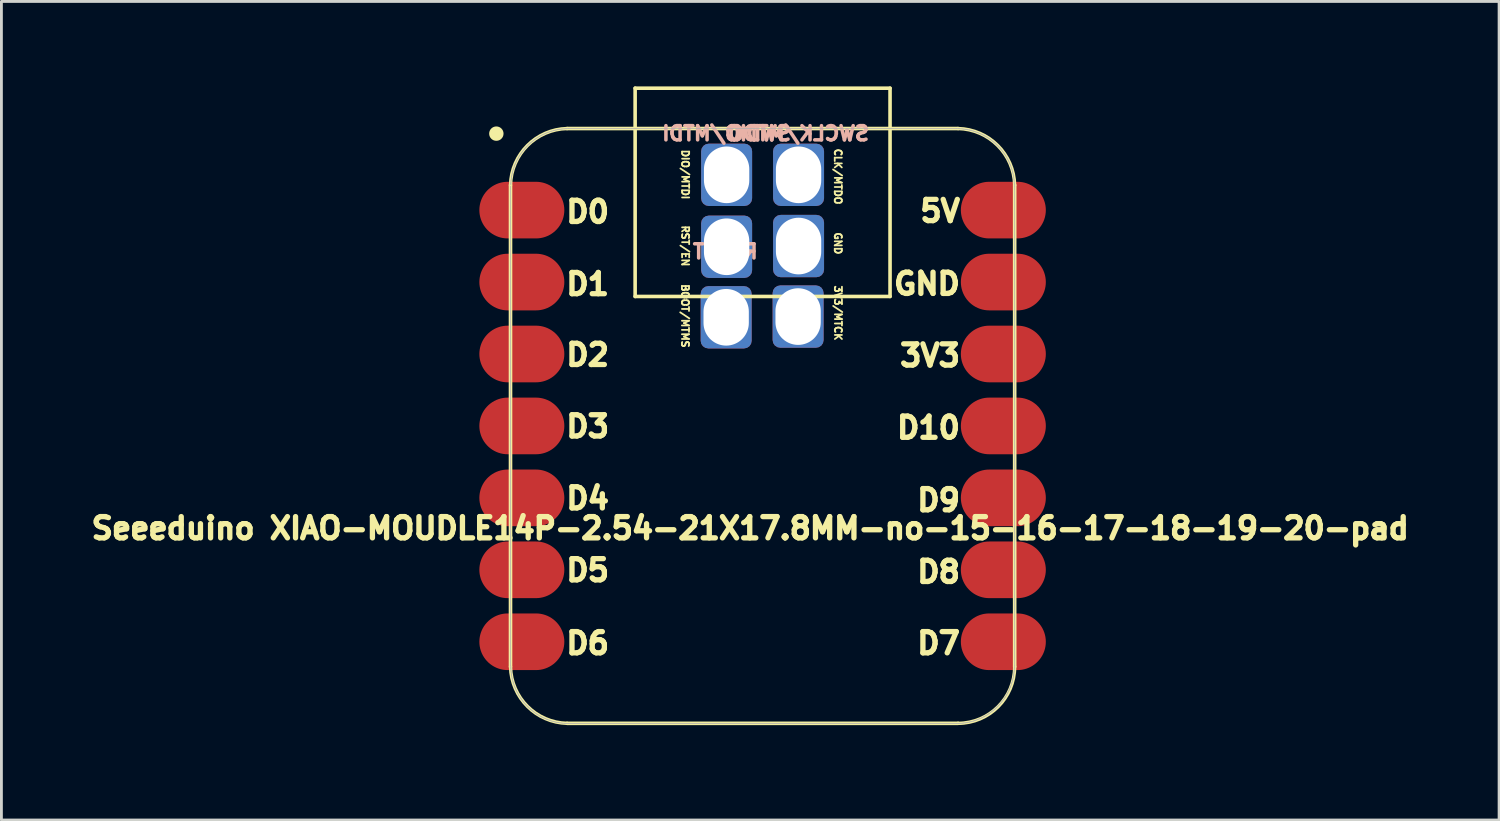
<source format=kicad_pcb>
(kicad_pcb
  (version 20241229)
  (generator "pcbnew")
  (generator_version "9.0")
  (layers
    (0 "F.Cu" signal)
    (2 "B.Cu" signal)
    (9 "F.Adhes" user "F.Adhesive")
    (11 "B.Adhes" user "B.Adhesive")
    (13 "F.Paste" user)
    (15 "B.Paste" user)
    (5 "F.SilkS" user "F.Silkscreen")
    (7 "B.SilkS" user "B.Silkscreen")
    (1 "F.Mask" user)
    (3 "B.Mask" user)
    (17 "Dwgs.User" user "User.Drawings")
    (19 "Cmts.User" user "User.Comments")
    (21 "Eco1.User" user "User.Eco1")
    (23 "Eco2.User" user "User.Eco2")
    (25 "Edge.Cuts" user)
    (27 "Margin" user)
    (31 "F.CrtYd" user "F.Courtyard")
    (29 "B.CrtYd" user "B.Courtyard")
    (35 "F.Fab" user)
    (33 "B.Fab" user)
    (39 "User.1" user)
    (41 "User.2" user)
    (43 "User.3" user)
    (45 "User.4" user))
  (footprint "Seeeduino XIAO-MOUDLE14P-2.54-21X17.8MM-no-15-16-17-18-19-20-pad"
    (layer "F.Cu")
    (at 14.788 22.652)
    (property "Reference" "Seeeduino XIAO-MOUDLE14P-2.54-21X17.8MM-no-15-16-17-18-19-20-pad" (at 8.65 -7.05 0) (layer "F.SilkS") (effects (font (size 0.75 0.75) (thickness 0.188))))
    (attr smd exclude_from_bom)
    (fp_line (start 0.186 -19.164) (end 0.186 -2.164) (stroke (width 0.127) (type solid)) (layer "F.SilkS"))
    (fp_line (start 2.186 -0.164) (end 15.986 -0.164) (stroke (width 0.127) (type solid)) (layer "F.SilkS"))
    (fp_line (start 4.586 -22.588) (end 13.586 -22.588) (stroke (width 0.127) (type solid)) (layer "F.SilkS"))
    (fp_line (start 4.586 -15.235) (end 4.586 -22.588) (stroke (width 0.127) (type solid)) (layer "F.SilkS"))
    (fp_line (start 13.586 -22.588) (end 13.586 -15.235) (stroke (width 0.127) (type solid)) (layer "F.SilkS"))
    (fp_line (start 13.586 -15.235) (end 4.586 -15.235) (stroke (width 0.127) (type solid)) (layer "F.SilkS"))
    (fp_line (start 15.986 -21.163) (end 2.186 -21.163) (stroke (width 0.127) (type solid)) (layer "F.SilkS"))
    (fp_line (start 17.986 -2.164) (end 17.986 -19.164) (stroke (width 0.127) (type solid)) (layer "F.SilkS"))
    (fp_arc (start 0.185786 -19.164214) (mid 0.784295 -20.565705) (end 2.185786 -21.164214) (stroke (width 0.12) (type solid)) (layer "F.SilkS"))
    (fp_arc (start 2.185786 -0.164214) (mid 0.784363 -0.762791) (end 0.185786 -2.164214) (stroke (width 0.12) (type solid)) (layer "F.SilkS"))
    (fp_arc (start 15.985786 -21.164214) (mid 17.38727 -20.565698) (end 17.985786 -19.164214) (stroke (width 0.12) (type solid)) (layer "F.SilkS"))
    (fp_arc (start 17.985786 -2.164214) (mid 17.400004 -0.749996) (end 15.985786 -0.164214) (stroke (width 0.12) (type solid)) (layer "F.SilkS"))
    (fp_circle (center -0.314 -20.984) (end -0.314 -21.238) (stroke (width 0) (type solid)) (fill yes) (layer "F.SilkS"))
    (fp_poly (pts (xy 0.198 -19.226) (xy 0.201 -19.275) (xy 0.205 -19.324)) (stroke (width 0.025) (type solid)) (fill no) (layer "F.SilkS"))
    (fp_poly (pts (xy 17.975 -2.143) (xy 17.973 -2.093) (xy 17.97 -2.045) (xy 17.966 -1.996) (xy 17.961 -1.947) (xy 17.954 -1.898) (xy 17.947 -1.85) (xy 17.938 -1.801) (xy 17.928 -1.753)) (stroke (width 0.025) (type solid)) (fill no) (layer "F.SilkS"))
    (fp_line (start 0.186 -19.128) (end 0.186 -2.192) (stroke (width 0.025) (type solid)) (layer "F.Fab"))
    (fp_line (start 0.196 -2.192) (end 0.196 -2.143) (stroke (width 0.025) (type solid)) (layer "F.Fab"))
    (fp_line (start 0.196 -2.143) (end 0.198 -2.093) (stroke (width 0.025) (type solid)) (layer "F.Fab"))
    (fp_line (start 0.198 -19.226) (end 0.196 -19.177) (stroke (width 0.025) (type solid)) (layer "F.Fab"))
    (fp_line (start 0.198 -2.093) (end 0.201 -2.045) (stroke (width 0.025) (type solid)) (layer "F.Fab"))
    (fp_line (start 0.201 -19.275) (end 0.198 -19.226) (stroke (width 0.025) (type solid)) (layer "F.Fab"))
    (fp_line (start 0.201 -2.045) (end 0.205 -1.996) (stroke (width 0.025) (type solid)) (layer "F.Fab"))
    (fp_line (start 0.205 -19.324) (end 0.201 -19.275) (stroke (width 0.025) (type solid)) (layer "F.Fab"))
    (fp_line (start 0.205 -1.996) (end 0.211 -1.947) (stroke (width 0.025) (type solid)) (layer "F.Fab"))
    (fp_line (start 0.211 -19.372) (end 0.205 -19.324) (stroke (width 0.025) (type solid)) (layer "F.Fab"))
    (fp_line (start 0.211 -1.947) (end 0.217 -1.898) (stroke (width 0.025) (type solid)) (layer "F.Fab"))
    (fp_line (start 0.217 -19.421) (end 0.211 -19.372) (stroke (width 0.025) (type solid)) (layer "F.Fab"))
    (fp_line (start 0.217 -1.898) (end 0.225 -1.85) (stroke (width 0.025) (type solid)) (layer "F.Fab"))
    (fp_line (start 0.225 -19.47) (end 0.217 -19.421) (stroke (width 0.025) (type solid)) (layer "F.Fab"))
    (fp_line (start 0.225 -1.85) (end 0.234 -1.801) (stroke (width 0.025) (type solid)) (layer "F.Fab"))
    (fp_line (start 0.234 -19.518) (end 0.225 -19.47) (stroke (width 0.025) (type solid)) (layer "F.Fab"))
    (fp_line (start 0.234 -1.801) (end 0.244 -1.753) (stroke (width 0.025) (type solid)) (layer "F.Fab"))
    (fp_line (start 0.244 -19.566) (end 0.234 -19.518) (stroke (width 0.025) (type solid)) (layer "F.Fab"))
    (fp_line (start 0.244 -1.753) (end 0.255 -1.705) (stroke (width 0.025) (type solid)) (layer "F.Fab"))
    (fp_line (start 0.255 -19.614) (end 0.244 -19.566) (stroke (width 0.025) (type solid)) (layer "F.Fab"))
    (fp_line (start 0.255 -1.705) (end 0.267 -1.658) (stroke (width 0.025) (type solid)) (layer "F.Fab"))
    (fp_line (start 0.267 -19.662) (end 0.255 -19.614) (stroke (width 0.025) (type solid)) (layer "F.Fab"))
    (fp_line (start 0.267 -1.658) (end 0.281 -1.611) (stroke (width 0.025) (type solid)) (layer "F.Fab"))
    (fp_line (start 0.281 -19.709) (end 0.267 -19.662) (stroke (width 0.025) (type solid)) (layer "F.Fab"))
    (fp_line (start 0.281 -1.611) (end 0.295 -1.564) (stroke (width 0.025) (type solid)) (layer "F.Fab"))
    (fp_line (start 0.295 -19.756) (end 0.281 -19.709) (stroke (width 0.025) (type solid)) (layer "F.Fab"))
    (fp_line (start 0.295 -1.564) (end 0.311 -1.517) (stroke (width 0.025) (type solid)) (layer "F.Fab"))
    (fp_line (start 0.311 -19.802) (end 0.295 -19.756) (stroke (width 0.025) (type solid)) (layer "F.Fab"))
    (fp_line (start 0.311 -1.517) (end 0.328 -1.471) (stroke (width 0.025) (type solid)) (layer "F.Fab"))
    (fp_line (start 0.328 -19.848) (end 0.311 -19.802) (stroke (width 0.025) (type solid)) (layer "F.Fab"))
    (fp_line (start 0.328 -1.471) (end 0.346 -1.425) (stroke (width 0.025) (type solid)) (layer "F.Fab"))
    (fp_line (start 0.346 -19.894) (end 0.328 -19.848) (stroke (width 0.025) (type solid)) (layer "F.Fab"))
    (fp_line (start 0.346 -1.425) (end 0.365 -1.38) (stroke (width 0.025) (type solid)) (layer "F.Fab"))
    (fp_line (start 0.365 -19.939) (end 0.346 -19.894) (stroke (width 0.025) (type solid)) (layer "F.Fab"))
    (fp_line (start 0.365 -1.38) (end 0.385 -1.335) (stroke (width 0.025) (type solid)) (layer "F.Fab"))
    (fp_line (start 0.385 -19.984) (end 0.365 -19.939) (stroke (width 0.025) (type solid)) (layer "F.Fab"))
    (fp_line (start 0.385 -1.335) (end 0.406 -1.291) (stroke (width 0.025) (type solid)) (layer "F.Fab"))
    (fp_line (start 0.406 -20.028) (end 0.385 -19.984) (stroke (width 0.025) (type solid)) (layer "F.Fab"))
    (fp_line (start 0.406 -1.291) (end 0.428 -1.247) (stroke (width 0.025) (type solid)) (layer "F.Fab"))
    (fp_line (start 0.428 -20.072) (end 0.406 -20.028) (stroke (width 0.025) (type solid)) (layer "F.Fab"))
    (fp_line (start 0.428 -1.247) (end 0.452 -1.204) (stroke (width 0.025) (type solid)) (layer "F.Fab"))
    (fp_line (start 0.452 -20.115) (end 0.428 -20.072) (stroke (width 0.025) (type solid)) (layer "F.Fab"))
    (fp_line (start 0.452 -1.204) (end 0.476 -1.161) (stroke (width 0.025) (type solid)) (layer "F.Fab"))
    (fp_line (start 0.476 -20.158) (end 0.452 -20.115) (stroke (width 0.025) (type solid)) (layer "F.Fab"))
    (fp_line (start 0.476 -1.161) (end 0.502 -1.12) (stroke (width 0.025) (type solid)) (layer "F.Fab"))
    (fp_line (start 0.502 -20.2) (end 0.476 -20.158) (stroke (width 0.025) (type solid)) (layer "F.Fab"))
    (fp_line (start 0.502 -1.12) (end 0.528 -1.078) (stroke (width 0.025) (type solid)) (layer "F.Fab"))
    (fp_line (start 0.528 -20.241) (end 0.502 -20.2) (stroke (width 0.025) (type solid)) (layer "F.Fab"))
    (fp_line (start 0.528 -1.078) (end 0.555 -1.037) (stroke (width 0.025) (type solid)) (layer "F.Fab"))
    (fp_line (start 0.555 -20.282) (end 0.528 -20.241) (stroke (width 0.025) (type solid)) (layer "F.Fab"))
    (fp_line (start 0.555 -1.037) (end 0.584 -0.997) (stroke (width 0.025) (type solid)) (layer "F.Fab"))
    (fp_line (start 0.584 -20.322) (end 0.555 -20.282) (stroke (width 0.025) (type solid)) (layer "F.Fab"))
    (fp_line (start 0.584 -0.997) (end 0.613 -0.958) (stroke (width 0.025) (type solid)) (layer "F.Fab"))
    (fp_line (start 0.613 -20.361) (end 0.584 -20.322) (stroke (width 0.025) (type solid)) (layer "F.Fab"))
    (fp_line (start 0.613 -0.958) (end 0.644 -0.919) (stroke (width 0.025) (type solid)) (layer "F.Fab"))
    (fp_line (start 0.644 -20.4) (end 0.613 -20.361) (stroke (width 0.025) (type solid)) (layer "F.Fab"))
    (fp_line (start 0.644 -0.919) (end 0.675 -0.881) (stroke (width 0.025) (type solid)) (layer "F.Fab"))
    (fp_line (start 0.675 -20.438) (end 0.644 -20.4) (stroke (width 0.025) (type solid)) (layer "F.Fab"))
    (fp_line (start 0.675 -0.881) (end 0.707 -0.844) (stroke (width 0.025) (type solid)) (layer "F.Fab"))
    (fp_line (start 0.707 -20.475) (end 0.675 -20.438) (stroke (width 0.025) (type solid)) (layer "F.Fab"))
    (fp_line (start 0.707 -0.844) (end 0.74 -0.808) (stroke (width 0.025) (type solid)) (layer "F.Fab"))
    (fp_line (start 0.74 -20.511) (end 0.707 -20.475) (stroke (width 0.025) (type solid)) (layer "F.Fab"))
    (fp_line (start 0.74 -0.808) (end 0.774 -0.772) (stroke (width 0.025) (type solid)) (layer "F.Fab"))
    (fp_line (start 0.774 -20.547) (end 0.74 -20.511) (stroke (width 0.025) (type solid)) (layer "F.Fab"))
    (fp_line (start 0.774 -0.772) (end 0.808 -0.738) (stroke (width 0.025) (type solid)) (layer "F.Fab"))
    (fp_line (start 0.808 -20.582) (end 0.774 -20.547) (stroke (width 0.025) (type solid)) (layer "F.Fab"))
    (fp_line (start 0.808 -0.738) (end 0.844 -0.704) (stroke (width 0.025) (type solid)) (layer "F.Fab"))
    (fp_line (start 0.844 -20.616) (end 0.808 -20.582) (stroke (width 0.025) (type solid)) (layer "F.Fab"))
    (fp_line (start 0.844 -0.704) (end 0.88 -0.671) (stroke (width 0.025) (type solid)) (layer "F.Fab"))
    (fp_line (start 0.88 -20.649) (end 0.844 -20.616) (stroke (width 0.025) (type solid)) (layer "F.Fab"))
    (fp_line (start 0.88 -0.671) (end 0.917 -0.638) (stroke (width 0.025) (type solid)) (layer "F.Fab"))
    (fp_line (start 0.917 -20.681) (end 0.88 -20.649) (stroke (width 0.025) (type solid)) (layer "F.Fab"))
    (fp_line (start 0.917 -0.638) (end 0.955 -0.607) (stroke (width 0.025) (type solid)) (layer "F.Fab"))
    (fp_line (start 0.955 -20.712) (end 0.917 -20.681) (stroke (width 0.025) (type solid)) (layer "F.Fab"))
    (fp_line (start 0.955 -0.607) (end 0.994 -0.577) (stroke (width 0.025) (type solid)) (layer "F.Fab"))
    (fp_line (start 0.994 -20.742) (end 0.955 -20.712) (stroke (width 0.025) (type solid)) (layer "F.Fab"))
    (fp_line (start 0.994 -0.577) (end 1.033 -0.548) (stroke (width 0.025) (type solid)) (layer "F.Fab"))
    (fp_line (start 1.033 -20.772) (end 0.994 -20.742) (stroke (width 0.025) (type solid)) (layer "F.Fab"))
    (fp_line (start 1.033 -0.548) (end 1.073 -0.519) (stroke (width 0.025) (type solid)) (layer "F.Fab"))
    (fp_line (start 1.073 -20.8) (end 1.033 -20.772) (stroke (width 0.025) (type solid)) (layer "F.Fab"))
    (fp_line (start 1.073 -0.519) (end 1.114 -0.492) (stroke (width 0.025) (type solid)) (layer "F.Fab"))
    (fp_line (start 1.114 -20.827) (end 1.073 -20.8) (stroke (width 0.025) (type solid)) (layer "F.Fab"))
    (fp_line (start 1.114 -0.492) (end 1.156 -0.465) (stroke (width 0.025) (type solid)) (layer "F.Fab"))
    (fp_line (start 1.156 -20.854) (end 1.114 -20.827) (stroke (width 0.025) (type solid)) (layer "F.Fab"))
    (fp_line (start 1.156 -0.465) (end 1.198 -0.44) (stroke (width 0.025) (type solid)) (layer "F.Fab"))
    (fp_line (start 1.198 -20.879) (end 1.156 -20.854) (stroke (width 0.025) (type solid)) (layer "F.Fab"))
    (fp_line (start 1.198 -0.44) (end 1.24 -0.416) (stroke (width 0.025) (type solid)) (layer "F.Fab"))
    (fp_line (start 1.24 -20.904) (end 1.198 -20.879) (stroke (width 0.025) (type solid)) (layer "F.Fab"))
    (fp_line (start 1.24 -0.416) (end 1.283 -0.392) (stroke (width 0.025) (type solid)) (layer "F.Fab"))
    (fp_line (start 1.283 -20.927) (end 1.24 -20.904) (stroke (width 0.025) (type solid)) (layer "F.Fab"))
    (fp_line (start 1.283 -0.392) (end 1.327 -0.37) (stroke (width 0.025) (type solid)) (layer "F.Fab"))
    (fp_line (start 1.327 -20.949) (end 1.283 -20.927) (stroke (width 0.025) (type solid)) (layer "F.Fab"))
    (fp_line (start 1.327 -0.37) (end 1.372 -0.349) (stroke (width 0.025) (type solid)) (layer "F.Fab"))
    (fp_line (start 1.372 -20.97) (end 1.327 -20.949) (stroke (width 0.025) (type solid)) (layer "F.Fab"))
    (fp_line (start 1.372 -0.349) (end 1.416 -0.329) (stroke (width 0.025) (type solid)) (layer "F.Fab"))
    (fp_line (start 1.416 -20.99) (end 1.372 -20.97) (stroke (width 0.025) (type solid)) (layer "F.Fab"))
    (fp_line (start 1.416 -0.329) (end 1.461 -0.31) (stroke (width 0.025) (type solid)) (layer "F.Fab"))
    (fp_line (start 1.461 -21.01) (end 1.416 -20.99) (stroke (width 0.025) (type solid)) (layer "F.Fab"))
    (fp_line (start 1.461 -0.31) (end 1.507 -0.292) (stroke (width 0.025) (type solid)) (layer "F.Fab"))
    (fp_line (start 1.507 -21.028) (end 1.461 -21.01) (stroke (width 0.025) (type solid)) (layer "F.Fab"))
    (fp_line (start 1.507 -0.292) (end 1.553 -0.275) (stroke (width 0.025) (type solid)) (layer "F.Fab"))
    (fp_line (start 1.553 -21.044) (end 1.507 -21.028) (stroke (width 0.025) (type solid)) (layer "F.Fab"))
    (fp_line (start 1.553 -0.275) (end 1.6 -0.259) (stroke (width 0.025) (type solid)) (layer "F.Fab"))
    (fp_line (start 1.6 -21.06) (end 1.553 -21.044) (stroke (width 0.025) (type solid)) (layer "F.Fab"))
    (fp_line (start 1.6 -0.259) (end 1.647 -0.244) (stroke (width 0.025) (type solid)) (layer "F.Fab"))
    (fp_line (start 1.647 -21.075) (end 1.6 -21.06) (stroke (width 0.025) (type solid)) (layer "F.Fab"))
    (fp_line (start 1.647 -0.244) (end 1.694 -0.231) (stroke (width 0.025) (type solid)) (layer "F.Fab"))
    (fp_line (start 1.694 -21.088) (end 1.647 -21.075) (stroke (width 0.025) (type solid)) (layer "F.Fab"))
    (fp_line (start 1.694 -0.231) (end 1.741 -0.219) (stroke (width 0.025) (type solid)) (layer "F.Fab"))
    (fp_line (start 1.741 -21.101) (end 1.694 -21.088) (stroke (width 0.025) (type solid)) (layer "F.Fab"))
    (fp_line (start 1.741 -0.219) (end 1.789 -0.207) (stroke (width 0.025) (type solid)) (layer "F.Fab"))
    (fp_line (start 1.789 -21.112) (end 1.741 -21.101) (stroke (width 0.025) (type solid)) (layer "F.Fab"))
    (fp_line (start 1.789 -0.207) (end 1.837 -0.198) (stroke (width 0.025) (type solid)) (layer "F.Fab"))
    (fp_line (start 1.837 -21.122) (end 1.789 -21.112) (stroke (width 0.025) (type solid)) (layer "F.Fab"))
    (fp_line (start 1.837 -0.198) (end 1.886 -0.189) (stroke (width 0.025) (type solid)) (layer "F.Fab"))
    (fp_line (start 1.886 -21.131) (end 1.837 -21.122) (stroke (width 0.025) (type solid)) (layer "F.Fab"))
    (fp_line (start 1.886 -0.189) (end 1.934 -0.181) (stroke (width 0.025) (type solid)) (layer "F.Fab"))
    (fp_line (start 1.934 -21.138) (end 1.886 -21.131) (stroke (width 0.025) (type solid)) (layer "F.Fab"))
    (fp_line (start 1.934 -0.181) (end 1.983 -0.174) (stroke (width 0.025) (type solid)) (layer "F.Fab"))
    (fp_line (start 1.983 -21.145) (end 1.934 -21.138) (stroke (width 0.025) (type solid)) (layer "F.Fab"))
    (fp_line (start 1.983 -0.174) (end 2.032 -0.169) (stroke (width 0.025) (type solid)) (layer "F.Fab"))
    (fp_line (start 2.032 -21.15) (end 1.983 -21.145) (stroke (width 0.025) (type solid)) (layer "F.Fab"))
    (fp_line (start 2.032 -0.169) (end 2.081 -0.165) (stroke (width 0.025) (type solid)) (layer "F.Fab"))
    (fp_line (start 2.081 -21.154) (end 2.032 -21.15) (stroke (width 0.025) (type solid)) (layer "F.Fab"))
    (fp_line (start 2.081 -0.165) (end 2.129 -0.162) (stroke (width 0.025) (type solid)) (layer "F.Fab"))
    (fp_line (start 2.129 -21.157) (end 2.081 -21.154) (stroke (width 0.025) (type solid)) (layer "F.Fab"))
    (fp_line (start 2.129 -0.162) (end 2.179 -0.16) (stroke (width 0.025) (type solid)) (layer "F.Fab"))
    (fp_line (start 2.179 -21.159) (end 2.129 -21.157) (stroke (width 0.025) (type solid)) (layer "F.Fab"))
    (fp_line (start 2.179 -0.16) (end 2.228 -0.16) (stroke (width 0.025) (type solid)) (layer "F.Fab"))
    (fp_line (start 2.228 -21.16) (end 2.179 -21.159) (stroke (width 0.025) (type solid)) (layer "F.Fab"))
    (fp_line (start 2.228 -0.16) (end 15.944 -0.16) (stroke (width 0.025) (type solid)) (layer "F.Fab"))
    (fp_line (start 15.944 -21.16) (end 2.228 -21.16) (stroke (width 0.025) (type solid)) (layer "F.Fab"))
    (fp_line (start 15.944 -0.16) (end 15.993 -0.16) (stroke (width 0.025) (type solid)) (layer "F.Fab"))
    (fp_line (start 15.993 -21.159) (end 15.944 -21.16) (stroke (width 0.025) (type solid)) (layer "F.Fab"))
    (fp_line (start 15.993 -0.16) (end 16.042 -0.162) (stroke (width 0.025) (type solid)) (layer "F.Fab"))
    (fp_line (start 16.042 -21.157) (end 15.993 -21.159) (stroke (width 0.025) (type solid)) (layer "F.Fab"))
    (fp_line (start 16.042 -0.162) (end 16.091 -0.165) (stroke (width 0.025) (type solid)) (layer "F.Fab"))
    (fp_line (start 16.091 -21.154) (end 16.042 -21.157) (stroke (width 0.025) (type solid)) (layer "F.Fab"))
    (fp_line (start 16.091 -0.165) (end 16.14 -0.169) (stroke (width 0.025) (type solid)) (layer "F.Fab"))
    (fp_line (start 16.14 -21.15) (end 16.091 -21.154) (stroke (width 0.025) (type solid)) (layer "F.Fab"))
    (fp_line (start 16.14 -0.169) (end 16.189 -0.174) (stroke (width 0.025) (type solid)) (layer "F.Fab"))
    (fp_line (start 16.189 -21.145) (end 16.14 -21.15) (stroke (width 0.025) (type solid)) (layer "F.Fab"))
    (fp_line (start 16.189 -0.174) (end 16.237 -0.181) (stroke (width 0.025) (type solid)) (layer "F.Fab"))
    (fp_line (start 16.237 -21.138) (end 16.189 -21.145) (stroke (width 0.025) (type solid)) (layer "F.Fab"))
    (fp_line (start 16.237 -0.181) (end 16.286 -0.189) (stroke (width 0.025) (type solid)) (layer "F.Fab"))
    (fp_line (start 16.286 -21.131) (end 16.237 -21.138) (stroke (width 0.025) (type solid)) (layer "F.Fab"))
    (fp_line (start 16.286 -0.189) (end 16.334 -0.198) (stroke (width 0.025) (type solid)) (layer "F.Fab"))
    (fp_line (start 16.334 -21.122) (end 16.286 -21.131) (stroke (width 0.025) (type solid)) (layer "F.Fab"))
    (fp_line (start 16.334 -0.198) (end 16.382 -0.207) (stroke (width 0.025) (type solid)) (layer "F.Fab"))
    (fp_line (start 16.382 -21.112) (end 16.334 -21.122) (stroke (width 0.025) (type solid)) (layer "F.Fab"))
    (fp_line (start 16.382 -0.207) (end 16.43 -0.219) (stroke (width 0.025) (type solid)) (layer "F.Fab"))
    (fp_line (start 16.43 -21.101) (end 16.382 -21.112) (stroke (width 0.025) (type solid)) (layer "F.Fab"))
    (fp_line (start 16.43 -0.219) (end 16.478 -0.231) (stroke (width 0.025) (type solid)) (layer "F.Fab"))
    (fp_line (start 16.478 -21.088) (end 16.43 -21.101) (stroke (width 0.025) (type solid)) (layer "F.Fab"))
    (fp_line (start 16.478 -0.231) (end 16.525 -0.244) (stroke (width 0.025) (type solid)) (layer "F.Fab"))
    (fp_line (start 16.525 -21.075) (end 16.478 -21.088) (stroke (width 0.025) (type solid)) (layer "F.Fab"))
    (fp_line (start 16.525 -0.244) (end 16.572 -0.259) (stroke (width 0.025) (type solid)) (layer "F.Fab"))
    (fp_line (start 16.572 -21.06) (end 16.525 -21.075) (stroke (width 0.025) (type solid)) (layer "F.Fab"))
    (fp_line (start 16.572 -0.259) (end 16.618 -0.275) (stroke (width 0.025) (type solid)) (layer "F.Fab"))
    (fp_line (start 16.618 -21.044) (end 16.572 -21.06) (stroke (width 0.025) (type solid)) (layer "F.Fab"))
    (fp_line (start 16.618 -0.275) (end 16.664 -0.292) (stroke (width 0.025) (type solid)) (layer "F.Fab"))
    (fp_line (start 16.664 -21.028) (end 16.618 -21.044) (stroke (width 0.025) (type solid)) (layer "F.Fab"))
    (fp_line (start 16.664 -0.292) (end 16.71 -0.31) (stroke (width 0.025) (type solid)) (layer "F.Fab"))
    (fp_line (start 16.71 -21.01) (end 16.664 -21.028) (stroke (width 0.025) (type solid)) (layer "F.Fab"))
    (fp_line (start 16.71 -0.31) (end 16.755 -0.329) (stroke (width 0.025) (type solid)) (layer "F.Fab"))
    (fp_line (start 16.755 -20.99) (end 16.71 -21.01) (stroke (width 0.025) (type solid)) (layer "F.Fab"))
    (fp_line (start 16.755 -0.329) (end 16.8 -0.349) (stroke (width 0.025) (type solid)) (layer "F.Fab"))
    (fp_line (start 16.8 -20.97) (end 16.755 -20.99) (stroke (width 0.025) (type solid)) (layer "F.Fab"))
    (fp_line (start 16.8 -0.349) (end 16.844 -0.37) (stroke (width 0.025) (type solid)) (layer "F.Fab"))
    (fp_line (start 16.844 -20.949) (end 16.8 -20.97) (stroke (width 0.025) (type solid)) (layer "F.Fab"))
    (fp_line (start 16.844 -0.37) (end 16.888 -0.392) (stroke (width 0.025) (type solid)) (layer "F.Fab"))
    (fp_line (start 16.888 -20.927) (end 16.844 -20.949) (stroke (width 0.025) (type solid)) (layer "F.Fab"))
    (fp_line (start 16.888 -0.392) (end 16.931 -0.416) (stroke (width 0.025) (type solid)) (layer "F.Fab"))
    (fp_line (start 16.931 -20.904) (end 16.888 -20.927) (stroke (width 0.025) (type solid)) (layer "F.Fab"))
    (fp_line (start 16.931 -0.416) (end 16.974 -0.44) (stroke (width 0.025) (type solid)) (layer "F.Fab"))
    (fp_line (start 16.974 -20.879) (end 16.931 -20.904) (stroke (width 0.025) (type solid)) (layer "F.Fab"))
    (fp_line (start 16.974 -0.44) (end 17.016 -0.465) (stroke (width 0.025) (type solid)) (layer "F.Fab"))
    (fp_line (start 17.016 -20.854) (end 16.974 -20.879) (stroke (width 0.025) (type solid)) (layer "F.Fab"))
    (fp_line (start 17.016 -0.465) (end 17.057 -0.492) (stroke (width 0.025) (type solid)) (layer "F.Fab"))
    (fp_line (start 17.057 -20.827) (end 17.016 -20.854) (stroke (width 0.025) (type solid)) (layer "F.Fab"))
    (fp_line (start 17.057 -0.492) (end 17.098 -0.519) (stroke (width 0.025) (type solid)) (layer "F.Fab"))
    (fp_line (start 17.098 -20.8) (end 17.057 -20.827) (stroke (width 0.025) (type solid)) (layer "F.Fab"))
    (fp_line (start 17.098 -0.519) (end 17.138 -0.548) (stroke (width 0.025) (type solid)) (layer "F.Fab"))
    (fp_line (start 17.138 -20.772) (end 17.098 -20.8) (stroke (width 0.025) (type solid)) (layer "F.Fab"))
    (fp_line (start 17.138 -0.548) (end 17.177 -0.577) (stroke (width 0.025) (type solid)) (layer "F.Fab"))
    (fp_line (start 17.177 -20.742) (end 17.138 -20.772) (stroke (width 0.025) (type solid)) (layer "F.Fab"))
    (fp_line (start 17.177 -0.577) (end 17.216 -0.607) (stroke (width 0.025) (type solid)) (layer "F.Fab"))
    (fp_line (start 17.216 -20.712) (end 17.177 -20.742) (stroke (width 0.025) (type solid)) (layer "F.Fab"))
    (fp_line (start 17.216 -0.607) (end 17.254 -0.638) (stroke (width 0.025) (type solid)) (layer "F.Fab"))
    (fp_line (start 17.254 -20.681) (end 17.216 -20.712) (stroke (width 0.025) (type solid)) (layer "F.Fab"))
    (fp_line (start 17.254 -0.638) (end 17.291 -0.671) (stroke (width 0.025) (type solid)) (layer "F.Fab"))
    (fp_line (start 17.291 -20.649) (end 17.254 -20.681) (stroke (width 0.025) (type solid)) (layer "F.Fab"))
    (fp_line (start 17.291 -0.671) (end 17.328 -0.704) (stroke (width 0.025) (type solid)) (layer "F.Fab"))
    (fp_line (start 17.328 -20.616) (end 17.291 -20.649) (stroke (width 0.025) (type solid)) (layer "F.Fab"))
    (fp_line (start 17.328 -0.704) (end 17.363 -0.738) (stroke (width 0.025) (type solid)) (layer "F.Fab"))
    (fp_line (start 17.363 -20.582) (end 17.328 -20.616) (stroke (width 0.025) (type solid)) (layer "F.Fab"))
    (fp_line (start 17.363 -0.738) (end 17.398 -0.772) (stroke (width 0.025) (type solid)) (layer "F.Fab"))
    (fp_line (start 17.398 -20.547) (end 17.363 -20.582) (stroke (width 0.025) (type solid)) (layer "F.Fab"))
    (fp_line (start 17.398 -0.772) (end 17.432 -0.808) (stroke (width 0.025) (type solid)) (layer "F.Fab"))
    (fp_line (start 17.432 -20.511) (end 17.398 -20.547) (stroke (width 0.025) (type solid)) (layer "F.Fab"))
    (fp_line (start 17.432 -0.808) (end 17.465 -0.844) (stroke (width 0.025) (type solid)) (layer "F.Fab"))
    (fp_line (start 17.465 -20.475) (end 17.432 -20.511) (stroke (width 0.025) (type solid)) (layer "F.Fab"))
    (fp_line (start 17.465 -0.844) (end 17.497 -0.881) (stroke (width 0.025) (type solid)) (layer "F.Fab"))
    (fp_line (start 17.497 -20.438) (end 17.465 -20.475) (stroke (width 0.025) (type solid)) (layer "F.Fab"))
    (fp_line (start 17.497 -0.881) (end 17.528 -0.919) (stroke (width 0.025) (type solid)) (layer "F.Fab"))
    (fp_line (start 17.528 -20.4) (end 17.497 -20.438) (stroke (width 0.025) (type solid)) (layer "F.Fab"))
    (fp_line (start 17.528 -0.919) (end 17.558 -0.958) (stroke (width 0.025) (type solid)) (layer "F.Fab"))
    (fp_line (start 17.558 -20.361) (end 17.528 -20.4) (stroke (width 0.025) (type solid)) (layer "F.Fab"))
    (fp_line (start 17.558 -0.958) (end 17.588 -0.997) (stroke (width 0.025) (type solid)) (layer "F.Fab"))
    (fp_line (start 17.588 -20.322) (end 17.558 -20.361) (stroke (width 0.025) (type solid)) (layer "F.Fab"))
    (fp_line (start 17.588 -0.997) (end 17.616 -1.037) (stroke (width 0.025) (type solid)) (layer "F.Fab"))
    (fp_line (start 17.616 -20.282) (end 17.588 -20.322) (stroke (width 0.025) (type solid)) (layer "F.Fab"))
    (fp_line (start 17.616 -1.037) (end 17.644 -1.078) (stroke (width 0.025) (type solid)) (layer "F.Fab"))
    (fp_line (start 17.644 -20.241) (end 17.616 -20.282) (stroke (width 0.025) (type solid)) (layer "F.Fab"))
    (fp_line (start 17.644 -1.078) (end 17.67 -1.12) (stroke (width 0.025) (type solid)) (layer "F.Fab"))
    (fp_line (start 17.67 -20.2) (end 17.644 -20.241) (stroke (width 0.025) (type solid)) (layer "F.Fab"))
    (fp_line (start 17.67 -1.12) (end 17.695 -1.161) (stroke (width 0.025) (type solid)) (layer "F.Fab"))
    (fp_line (start 17.695 -20.158) (end 17.67 -20.2) (stroke (width 0.025) (type solid)) (layer "F.Fab"))
    (fp_line (start 17.695 -1.161) (end 17.72 -1.204) (stroke (width 0.025) (type solid)) (layer "F.Fab"))
    (fp_line (start 17.72 -20.115) (end 17.695 -20.158) (stroke (width 0.025) (type solid)) (layer "F.Fab"))
    (fp_line (start 17.72 -1.204) (end 17.743 -1.247) (stroke (width 0.025) (type solid)) (layer "F.Fab"))
    (fp_line (start 17.743 -20.072) (end 17.72 -20.115) (stroke (width 0.025) (type solid)) (layer "F.Fab"))
    (fp_line (start 17.743 -1.247) (end 17.765 -1.291) (stroke (width 0.025) (type solid)) (layer "F.Fab"))
    (fp_line (start 17.765 -20.028) (end 17.743 -20.072) (stroke (width 0.025) (type solid)) (layer "F.Fab"))
    (fp_line (start 17.765 -1.291) (end 17.787 -1.335) (stroke (width 0.025) (type solid)) (layer "F.Fab"))
    (fp_line (start 17.787 -19.984) (end 17.765 -20.028) (stroke (width 0.025) (type solid)) (layer "F.Fab"))
    (fp_line (start 17.787 -1.335) (end 17.807 -1.38) (stroke (width 0.025) (type solid)) (layer "F.Fab"))
    (fp_line (start 17.807 -19.939) (end 17.787 -19.984) (stroke (width 0.025) (type solid)) (layer "F.Fab"))
    (fp_line (start 17.807 -1.38) (end 17.826 -1.425) (stroke (width 0.025) (type solid)) (layer "F.Fab"))
    (fp_line (start 17.826 -19.894) (end 17.807 -19.939) (stroke (width 0.025) (type solid)) (layer "F.Fab"))
    (fp_line (start 17.826 -1.425) (end 17.844 -1.471) (stroke (width 0.025) (type solid)) (layer "F.Fab"))
    (fp_line (start 17.844 -19.848) (end 17.826 -19.894) (stroke (width 0.025) (type solid)) (layer "F.Fab"))
    (fp_line (start 17.844 -1.471) (end 17.86 -1.517) (stroke (width 0.025) (type solid)) (layer "F.Fab"))
    (fp_line (start 17.86 -19.802) (end 17.844 -19.848) (stroke (width 0.025) (type solid)) (layer "F.Fab"))
    (fp_line (start 17.86 -1.517) (end 17.876 -1.564) (stroke (width 0.025) (type solid)) (layer "F.Fab"))
    (fp_line (start 17.876 -19.756) (end 17.86 -19.802) (stroke (width 0.025) (type solid)) (layer "F.Fab"))
    (fp_line (start 17.876 -1.564) (end 17.891 -1.611) (stroke (width 0.025) (type solid)) (layer "F.Fab"))
    (fp_line (start 17.891 -19.709) (end 17.876 -19.756) (stroke (width 0.025) (type solid)) (layer "F.Fab"))
    (fp_line (start 17.891 -1.611) (end 17.904 -1.658) (stroke (width 0.025) (type solid)) (layer "F.Fab"))
    (fp_line (start 17.904 -19.662) (end 17.891 -19.709) (stroke (width 0.025) (type solid)) (layer "F.Fab"))
    (fp_line (start 17.904 -1.658) (end 17.917 -1.705) (stroke (width 0.025) (type solid)) (layer "F.Fab"))
    (fp_line (start 17.917 -19.614) (end 17.904 -19.662) (stroke (width 0.025) (type solid)) (layer "F.Fab"))
    (fp_line (start 17.917 -1.705) (end 17.928 -1.753) (stroke (width 0.025) (type solid)) (layer "F.Fab"))
    (fp_line (start 17.928 -19.566) (end 17.917 -19.614) (stroke (width 0.025) (type solid)) (layer "F.Fab"))
    (fp_line (start 17.928 -1.753) (end 17.938 -1.801) (stroke (width 0.025) (type solid)) (layer "F.Fab"))
    (fp_line (start 17.938 -19.518) (end 17.928 -19.566) (stroke (width 0.025) (type solid)) (layer "F.Fab"))
    (fp_line (start 17.938 -1.801) (end 17.947 -1.85) (stroke (width 0.025) (type solid)) (layer "F.Fab"))
    (fp_line (start 17.947 -19.47) (end 17.938 -19.518) (stroke (width 0.025) (type solid)) (layer "F.Fab"))
    (fp_line (start 17.947 -1.85) (end 17.954 -1.898) (stroke (width 0.025) (type solid)) (layer "F.Fab"))
    (fp_line (start 17.954 -19.421) (end 17.947 -19.47) (stroke (width 0.025) (type solid)) (layer "F.Fab"))
    (fp_line (start 17.954 -1.898) (end 17.961 -1.947) (stroke (width 0.025) (type solid)) (layer "F.Fab"))
    (fp_line (start 17.961 -19.372) (end 17.954 -19.421) (stroke (width 0.025) (type solid)) (layer "F.Fab"))
    (fp_line (start 17.961 -1.947) (end 17.966 -1.996) (stroke (width 0.025) (type solid)) (layer "F.Fab"))
    (fp_line (start 17.966 -19.324) (end 17.961 -19.372) (stroke (width 0.025) (type solid)) (layer "F.Fab"))
    (fp_line (start 17.966 -1.996) (end 17.97 -2.045) (stroke (width 0.025) (type solid)) (layer "F.Fab"))
    (fp_line (start 17.97 -19.275) (end 17.966 -19.324) (stroke (width 0.025) (type solid)) (layer "F.Fab"))
    (fp_line (start 17.97 -2.045) (end 17.973 -2.093) (stroke (width 0.025) (type solid)) (layer "F.Fab"))
    (fp_line (start 17.973 -19.226) (end 17.97 -19.275) (stroke (width 0.025) (type solid)) (layer "F.Fab"))
    (fp_line (start 17.973 -2.093) (end 17.975 -2.143) (stroke (width 0.025) (type solid)) (layer "F.Fab"))
    (fp_line (start 17.975 -19.177) (end 17.973 -19.226) (stroke (width 0.025) (type solid)) (layer "F.Fab"))
    (fp_line (start 17.975 -2.143) (end 17.976 -2.192) (stroke (width 0.025) (type solid)) (layer "F.Fab"))
    (fp_line (start 17.976 -19.128) (end 17.975 -19.177) (stroke (width 0.025) (type solid)) (layer "F.Fab"))
    (fp_line (start 17.986 -2.192) (end 17.986 -19.128) (stroke (width 0.025) (type solid)) (layer "F.Fab"))
    (fp_text user "D8" (at 15.3 -5.51 0) (unlocked yes) (layer "F.SilkS") (effects (font (size 0.75 0.75) (thickness 0.188))))
    (fp_text user "5V" (at 15.354 -18.25 0) (unlocked yes) (layer "F.SilkS") (effects (font (size 0.75 0.75) (thickness 0.188))))
    (fp_text user "DIO/MTDI" (at 6.356 -19.54 270) (unlocked yes) (layer "F.SilkS") (effects (font (size 0.25 0.25) (thickness 0.125))))
    (fp_text user "D9" (at 15.3 -8.04 0) (unlocked yes) (layer "F.SilkS") (effects (font (size 0.75 0.75) (thickness 0.188))))
    (fp_text user "RST/EN" (at 6.356 -17.02 270) (unlocked yes) (layer "F.SilkS") (effects (font (size 0.25 0.25) (thickness 0.125))))
    (fp_text user "3V3" (at 14.996 -13.15 0) (unlocked yes) (layer "F.SilkS") (effects (font (size 0.75 0.75) (thickness 0.188))))
    (fp_text user "D1" (at 2.91 -15.67 0) (unlocked yes) (layer "F.SilkS") (effects (font (size 0.75 0.75) (thickness 0.188))))
    (fp_text user "GND" (at 14.889 -15.68 0) (unlocked yes) (layer "F.SilkS") (effects (font (size 0.75 0.75) (thickness 0.188))))
    (fp_text user "GND" (at 11.746 -17.11 270) (unlocked yes) (layer "F.SilkS") (effects (font (size 0.25 0.25) (thickness 0.125))))
    (fp_text user "D0" (at 2.91 -18.22 0) (unlocked yes) (layer "F.SilkS") (effects (font (size 0.75 0.75) (thickness 0.188))))
    (fp_text user "D3" (at 2.91 -10.646 0) (unlocked yes) (layer "F.SilkS") (effects (font (size 0.75 0.75) (thickness 0.188))))
    (fp_text user "D5" (at 2.91 -5.566 0) (unlocked yes) (layer "F.SilkS") (effects (font (size 0.75 0.75) (thickness 0.188))))
    (fp_text user "D10" (at 14.943 -10.6 0) (unlocked yes) (layer "F.SilkS") (effects (font (size 0.75 0.75) (thickness 0.188))))
    (fp_text user "D7" (at 15.3 -2.99 0) (unlocked yes) (layer "F.SilkS") (effects (font (size 0.75 0.75) (thickness 0.188))))
    (fp_text user "3V3/MTCK" (at 11.75 -14.65 270) (unlocked yes) (layer "F.SilkS") (effects (font (size 0.25 0.25) (thickness 0.125))))
    (fp_text user "D6" (at 2.91 -2.99 0) (unlocked yes) (layer "F.SilkS") (effects (font (size 0.75 0.75) (thickness 0.188) (bold yes))))
    (fp_text user "CLK/MTDO" (at 11.746 -19.469 270) (unlocked yes) (layer "F.SilkS") (effects (font (size 0.25 0.25) (thickness 0.125))))
    (fp_text user "BOOT/MTMS" (at 6.35 -14.55 270) (unlocked yes) (layer "F.SilkS") (effects (font (size 0.25 0.25) (thickness 0.125))))
    (fp_text user "D2" (at 2.91 -13.17 0) (unlocked yes) (layer "F.SilkS") (effects (font (size 0.75 0.75) (thickness 0.188))))
    (fp_text user "D4" (at 2.91 -8.106 0) (unlocked yes) (layer "F.SilkS") (effects (font (size 0.75 0.75) (thickness 0.188))))
    (fp_text user "SWCLK/MTDO" (at 10.356 -20.99 0) (unlocked yes) (layer "B.SilkS") (effects (font (size 0.5 0.5) (thickness 0.125)) (justify mirror)))
    (fp_text user "RESET" (at 7.77 -16.82 0) (unlocked yes) (layer "B.SilkS") (effects (font (size 0.5 0.5) (thickness 0.125)) (justify mirror)))
    (fp_text user "GND" (at 10.38 -16.95 0) (unlocked yes) (layer "B.SilkS") (effects (font (size 0.5 0.5) (thickness 0.125)) (justify mirror)))
    (fp_text user "SWDIO/MTDI" (at 7.816 -20.99 0) (unlocked yes) (layer "B.SilkS") (effects (font (size 0.5 0.5) (thickness 0.125)) (justify mirror)))
    (pad "1" smd oval (at 0.586 -18.284) (size 3 2) (layers "F.Cu" "F.Mask" "F.Paste"))
    (pad "2" smd oval (at 0.586 -15.744) (size 3 2) (layers "F.Cu" "F.Mask" "F.Paste"))
    (pad "3" smd oval (at 0.586 -13.204) (size 3 2) (layers "F.Cu" "F.Mask" "F.Paste"))
    (pad "4" smd oval (at 0.586 -10.664) (size 3 2) (layers "F.Cu" "F.Mask" "F.Paste"))
    (pad "5" smd oval (at 0.586 -8.124) (size 3 2) (layers "F.Cu" "F.Mask" "F.Paste"))
    (pad "6" smd oval (at 0.586 -5.584 180) (size 3 2) (layers "F.Cu" "F.Mask" "F.Paste"))
    (pad "7" smd oval (at 0.586 -3.044) (size 3 2) (layers "F.Cu" "F.Mask" "F.Paste"))
    (pad "8" smd oval (at 17.586 -3.044) (size 3 2) (layers "F.Cu" "F.Mask" "F.Paste"))
    (pad "9" smd oval (at 17.586 -5.584) (size 3 2) (layers "F.Cu" "F.Mask" "F.Paste"))
    (pad "10" smd oval (at 17.586 -8.124) (size 3 2) (layers "F.Cu" "F.Mask" "F.Paste"))
    (pad "11" smd oval (at 17.586 -10.664) (size 3 2) (layers "F.Cu" "F.Mask" "F.Paste"))
    (pad "12" smd oval (at 17.586 -13.204) (size 3 2) (layers "F.Cu" "F.Mask" "F.Paste"))
    (pad "13" smd oval (at 17.586 -15.744) (size 3 2) (layers "F.Cu" "F.Mask" "F.Paste"))
    (pad "14" smd oval (at 17.586 -18.284) (size 3 2) (layers "F.Cu" "F.Mask" "F.Paste"))
    (pad "17" thru_hole roundrect (at 7.816 -19.53 180) (size 1.8 2.2) (drill oval 1.6 2) (layers "*.Cu" "*.Mask") (roundrect_rratio 0.15))
    (pad "18" thru_hole roundrect (at 10.356 -19.53 180) (size 1.8 2.2) (drill oval 1.6 2) (layers "*.Cu" "*.Mask") (roundrect_rratio 0.15))
    (pad "19" thru_hole roundrect (at 7.816 -16.99 180) (size 1.8 2.2) (drill oval 1.6 2) (layers "*.Cu" "*.Mask") (roundrect_rratio 0.15))
    (pad "20" thru_hole roundrect (at 10.356 -17.015 180) (size 1.8 2.2) (drill oval 1.6 2) (layers "*.Cu" "*.Mask") (roundrect_rratio 0.15))
    (pad "21" thru_hole roundrect (at 7.8 -14.5 180) (size 1.8 2.2) (drill oval 1.6 2) (layers "*.Cu" "*.Mask") (roundrect_rratio 0.15))
    (pad "22" thru_hole roundrect (at 10.34 -14.525 180) (size 1.8 2.2) (drill oval 1.6 2) (layers "*.Cu" "*.Mask") (roundrect_rratio 0.15)))
  (gr_rect
    (start -3 -3)
    (end 49.877 25.902)
    (stroke (width 0.1) (type default))
    (fill no)
    (layer "Edge.Cuts")))
</source>
